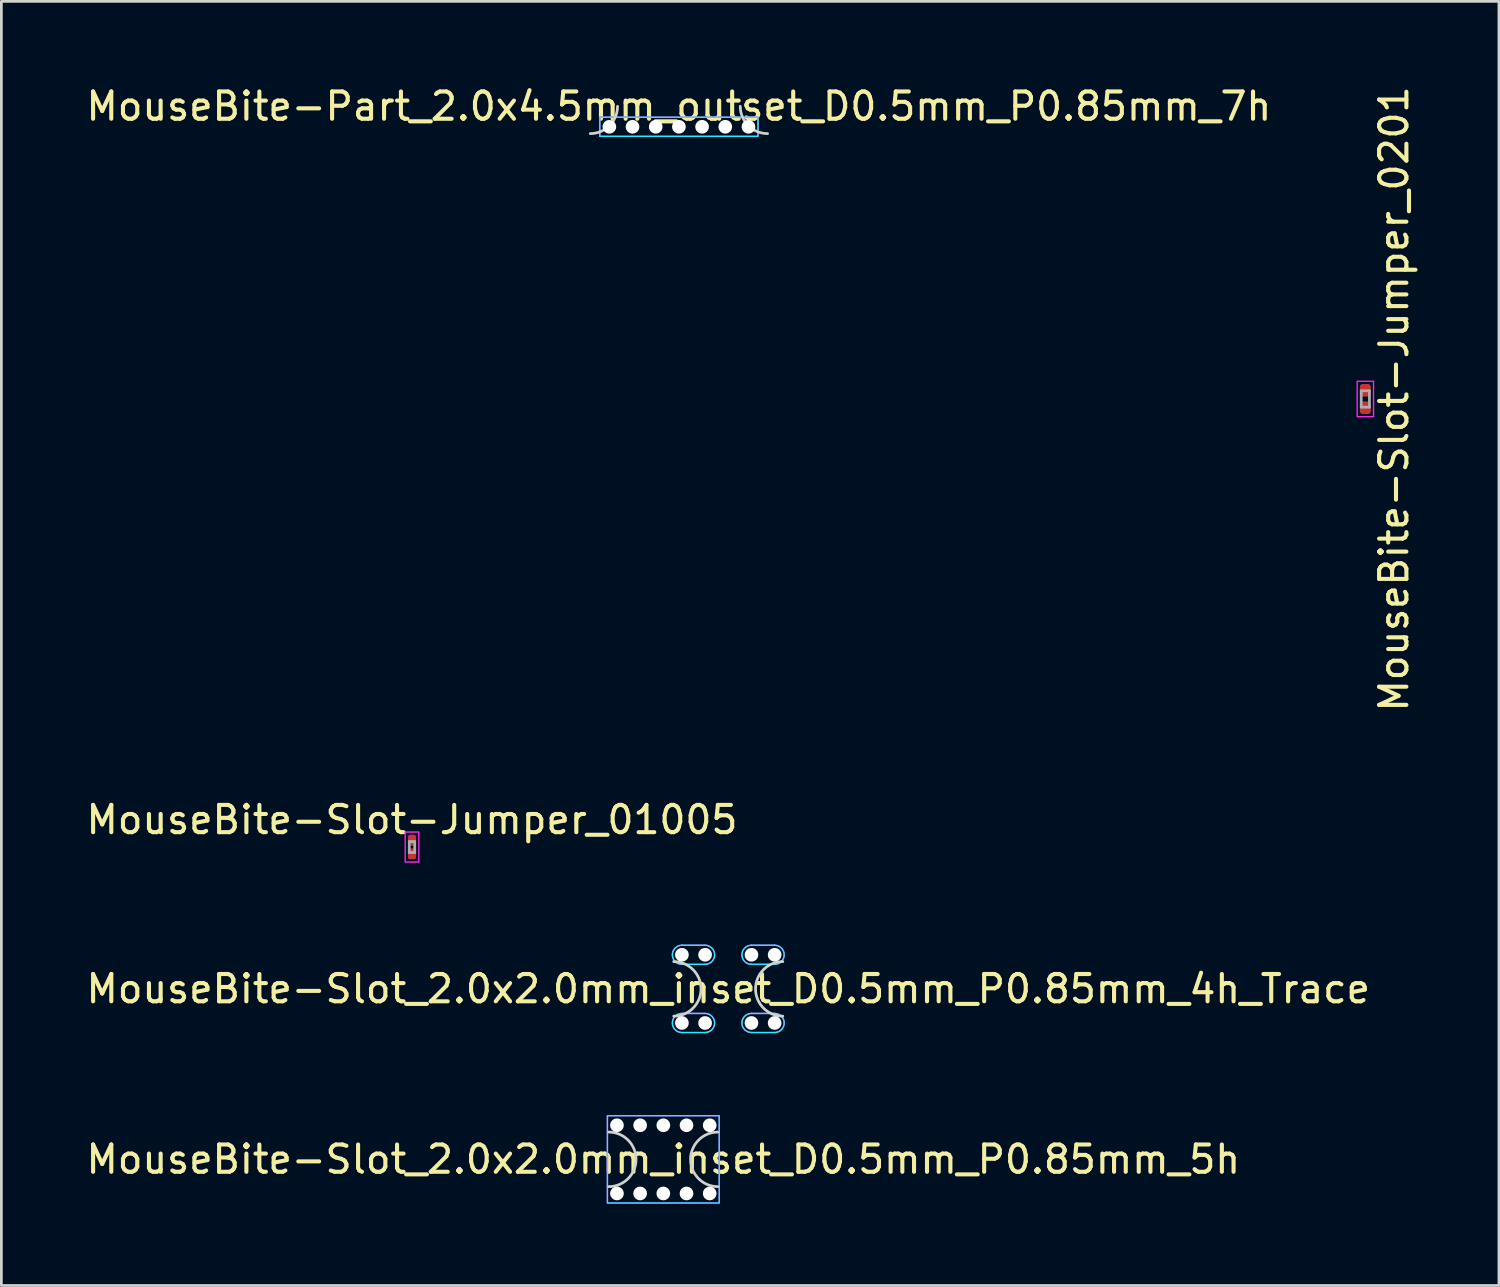
<source format=kicad_pcb>
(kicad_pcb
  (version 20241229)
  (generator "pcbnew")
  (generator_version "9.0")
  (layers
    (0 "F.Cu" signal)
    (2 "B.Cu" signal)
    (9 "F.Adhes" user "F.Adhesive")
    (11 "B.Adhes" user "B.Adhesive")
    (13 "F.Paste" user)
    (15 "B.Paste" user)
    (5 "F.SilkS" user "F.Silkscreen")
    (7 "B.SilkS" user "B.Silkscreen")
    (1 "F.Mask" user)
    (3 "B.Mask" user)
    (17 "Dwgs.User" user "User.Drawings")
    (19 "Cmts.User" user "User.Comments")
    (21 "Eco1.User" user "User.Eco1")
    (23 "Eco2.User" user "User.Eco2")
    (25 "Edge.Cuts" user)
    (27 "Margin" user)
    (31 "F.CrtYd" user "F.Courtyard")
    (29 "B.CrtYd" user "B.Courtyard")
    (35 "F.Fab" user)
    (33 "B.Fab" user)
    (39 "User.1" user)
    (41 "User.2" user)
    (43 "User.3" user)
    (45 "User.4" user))
  (footprint "MouseBite-Slot-Jumper_0201"
    (layer "F.Cu")
    (at 47.004 11.577)
    (property "Reference" "MouseBite-Slot-Jumper_0201" (at 1.05 0 270) (layer "F.SilkS") (effects (font (size 1 1) (thickness 0.15))))
    (attr smd board_only exclude_from_pos_files exclude_from_bom dnp)
    (fp_rect (start -0.3 -0.65) (end 0.3 0.65) (stroke (width 0.05) (type solid)) (fill no) (layer "F.CrtYd"))
    (fp_line (start -0.15 -0.3) (end 0.15 -0.3) (stroke (width 0.1) (type solid)) (layer "F.Fab"))
    (fp_line (start -0.15 0.3) (end -0.15 -0.3) (stroke (width 0.1) (type solid)) (layer "F.Fab"))
    (fp_line (start 0.15 -0.3) (end 0.15 0.3) (stroke (width 0.1) (type solid)) (layer "F.Fab"))
    (fp_line (start 0.15 0.3) (end -0.15 0.3) (stroke (width 0.1) (type solid)) (layer "F.Fab"))
    (pad "1" smd roundrect (at 0 -0.32) (size 0.4 0.46) (layers "F.Cu" "F.Mask") (roundrect_rratio 0.25))
    (pad "2" smd roundrect (at 0 0.32) (size 0.4 0.46) (layers "F.Cu" "F.Mask") (roundrect_rratio 0.25)))
  (footprint "MouseBite-Part_2.0x4.5mm_outset_D0.5mm_P0.85mm_7h"
    (layer "F.Cu")
    (at 21.839 1.848)
    (property "Reference" "MouseBite-Part_2.0x4.5mm_outset_D0.5mm_P0.85mm_7h" (at 0 -1 0) (layer "F.SilkS") (effects (font (size 1 1) (thickness 0.15))))
    (attr board_only exclude_from_pos_files exclude_from_bom dnp)
    (fp_arc (start -2.25 -1) (mid -2.542893 -0.292893) (end -3.25 0) (stroke (width 0.1) (type solid)) (layer "Edge.Cuts"))
    (fp_arc (start 3.25 0) (mid 2.542893 -0.292893) (end 2.25 -1) (stroke (width 0.1) (type solid)) (layer "Edge.Cuts"))
    (fp_rect (start -2.9 -0.6) (end 2.9 0.1) (stroke (width 0.05) (type solid)) (fill no) (layer "B.CrtYd"))
    (fp_rect (start -2.9 -0.6) (end 2.9 0.1) (stroke (width 0.05) (type solid)) (fill no) (layer "F.CrtYd"))
    (pad "" np_thru_hole circle (at -2.55 -0.25 180) (size 0.5 0.5) (drill 0.5) (layers "*.Cu" "*.Mask"))
    (pad "" np_thru_hole circle (at -1.7 -0.25 180) (size 0.5 0.5) (drill 0.5) (layers "*.Cu" "*.Mask"))
    (pad "" np_thru_hole circle (at -0.85 -0.25 180) (size 0.5 0.5) (drill 0.5) (layers "*.Cu" "*.Mask"))
    (pad "" np_thru_hole circle (at 0 -0.25 180) (size 0.5 0.5) (drill 0.5) (layers "*.Cu" "*.Mask"))
    (pad "" np_thru_hole circle (at 0.85 -0.25 180) (size 0.5 0.5) (drill 0.5) (layers "*.Cu" "*.Mask"))
    (pad "" np_thru_hole circle (at 1.7 -0.25 180) (size 0.5 0.5) (drill 0.5) (layers "*.Cu" "*.Mask"))
    (pad "" np_thru_hole circle (at 2.55 -0.25 180) (size 0.5 0.5) (drill 0.5) (layers "*.Cu" "*.Mask")))
  (footprint "MouseBite-Slot-Jumper_01005"
    (layer "F.Cu")
    (at 12.054 28.003)
    (property "Reference" "MouseBite-Slot-Jumper_01005" (at 0 -1 0) (layer "F.SilkS") (effects (font (size 1 1) (thickness 0.15))))
    (attr smd board_only exclude_from_pos_files exclude_from_bom dnp)
    (fp_rect (start -0.25 -0.55) (end 0.25 0.55) (stroke (width 0.05) (type solid)) (fill no) (layer "F.CrtYd"))
    (fp_line (start -0.1 -0.2) (end 0.1 -0.2) (stroke (width 0.1) (type solid)) (layer "F.Fab"))
    (fp_line (start -0.1 0.2) (end -0.1 -0.2) (stroke (width 0.1) (type solid)) (layer "F.Fab"))
    (fp_line (start 0.1 -0.2) (end 0.1 0.2) (stroke (width 0.1) (type solid)) (layer "F.Fab"))
    (fp_line (start 0.1 0.2) (end -0.1 0.2) (stroke (width 0.1) (type solid)) (layer "F.Fab"))
    (pad "1" smd roundrect (at 0 -0.25) (size 0.3 0.4) (layers "F.Cu" "F.Mask") (roundrect_rratio 0.25))
    (pad "2" smd roundrect (at 0 0.25) (size 0.3 0.4) (layers "F.Cu" "F.Mask") (roundrect_rratio 0.25)))
  (footprint "MouseBite-Slot_2.0x2.0mm_inset_D0.5mm_P0.85mm_5h"
    (layer "F.Cu")
    (at 21.268 40.453)
    (property "Reference" "MouseBite-Slot_2.0x2.0mm_inset_D0.5mm_P0.85mm_5h" (at 0 -1 0) (layer "F.SilkS") (effects (font (size 1 1) (thickness 0.15))))
    (attr board_only exclude_from_pos_files exclude_from_bom dnp)
    (fp_arc (start -2 -2) (mid -1 -1) (end -2 0) (stroke (width 0.1) (type solid)) (layer "Edge.Cuts"))
    (fp_arc (start 2 0) (mid 1 -1) (end 2 -2) (stroke (width 0.1) (type solid)) (layer "Edge.Cuts"))
    (fp_rect (start -2.05 -2.6) (end 2.05 0.6) (stroke (width 0.05) (type solid)) (fill no) (layer "B.CrtYd"))
    (fp_rect (start -2.05 -2.6) (end 2.05 0.6) (stroke (width 0.05) (type solid)) (fill no) (layer "F.CrtYd"))
    (pad "" np_thru_hole circle (at -1.7 -2.25) (size 0.5 0.5) (drill 0.5) (layers "*.Cu" "*.Mask"))
    (pad "" np_thru_hole circle (at -1.7 0.25 180) (size 0.5 0.5) (drill 0.5) (layers "*.Cu" "*.Mask"))
    (pad "" np_thru_hole circle (at -0.85 -2.25) (size 0.5 0.5) (drill 0.5) (layers "*.Cu" "*.Mask"))
    (pad "" np_thru_hole circle (at -0.85 0.25 180) (size 0.5 0.5) (drill 0.5) (layers "*.Cu" "*.Mask"))
    (pad "" np_thru_hole circle (at 0 -2.25) (size 0.5 0.5) (drill 0.5) (layers "*.Cu" "*.Mask"))
    (pad "" np_thru_hole circle (at 0 0.25 180) (size 0.5 0.5) (drill 0.5) (layers "*.Cu" "*.Mask"))
    (pad "" np_thru_hole circle (at 0.85 -2.25) (size 0.5 0.5) (drill 0.5) (layers "*.Cu" "*.Mask"))
    (pad "" np_thru_hole circle (at 0.85 0.25 180) (size 0.5 0.5) (drill 0.5) (layers "*.Cu" "*.Mask"))
    (pad "" np_thru_hole circle (at 1.7 -2.25) (size 0.5 0.5) (drill 0.5) (layers "*.Cu" "*.Mask"))
    (pad "" np_thru_hole circle (at 1.7 0.25 180) (size 0.5 0.5) (drill 0.5) (layers "*.Cu" "*.Mask")))
  (footprint "MouseBite-Slot_2.0x2.0mm_inset_D0.5mm_P0.85mm_4h_Trace"
    (layer "F.Cu")
    (at 23.649 34.203)
    (property "Reference" "MouseBite-Slot_2.0x2.0mm_inset_D0.5mm_P0.85mm_4h_Trace" (at 0 -1 0) (layer "F.SilkS") (effects (font (size 1 1) (thickness 0.15))))
    (attr board_only exclude_from_pos_files exclude_from_bom dnp)
    (fp_arc (start -2 -2) (mid -1 -1) (end -2 0) (stroke (width 0.1) (type solid)) (layer "Edge.Cuts"))
    (fp_arc (start 2 0) (mid 1 -1) (end 2 -2) (stroke (width 0.1) (type solid)) (layer "Edge.Cuts"))
    (fp_line (start -1.7 -1.9) (end -0.85 -1.9) (stroke (width 0.05) (type solid)) (layer "B.CrtYd"))
    (fp_line (start -1.7 0.6) (end -0.85 0.6) (stroke (width 0.05) (type solid)) (layer "B.CrtYd"))
    (fp_line (start -0.85 -2.6) (end -1.7 -2.6) (stroke (width 0.05) (type solid)) (layer "B.CrtYd"))
    (fp_line (start -0.85 -0.1) (end -1.7 -0.1) (stroke (width 0.05) (type solid)) (layer "B.CrtYd"))
    (fp_line (start 0.85 -1.9) (end 1.7 -1.9) (stroke (width 0.05) (type solid)) (layer "B.CrtYd"))
    (fp_line (start 0.85 0.6) (end 1.7 0.6) (stroke (width 0.05) (type solid)) (layer "B.CrtYd"))
    (fp_line (start 1.7 -2.6) (end 0.85 -2.6) (stroke (width 0.05) (type solid)) (layer "B.CrtYd"))
    (fp_line (start 1.7 -0.1) (end 0.85 -0.1) (stroke (width 0.05) (type solid)) (layer "B.CrtYd"))
    (fp_arc (start -1.7 -1.9) (mid -2.05 -2.25) (end -1.7 -2.6) (stroke (width 0.05) (type solid)) (layer "B.CrtYd"))
    (fp_arc (start -1.7 0.6) (mid -2.05 0.25) (end -1.7 -0.1) (stroke (width 0.05) (type solid)) (layer "B.CrtYd"))
    (fp_arc (start -0.85 -2.6) (mid -0.5 -2.25) (end -0.85 -1.9) (stroke (width 0.05) (type solid)) (layer "B.CrtYd"))
    (fp_arc (start -0.85 -0.1) (mid -0.5 0.25) (end -0.85 0.6) (stroke (width 0.05) (type solid)) (layer "B.CrtYd"))
    (fp_arc (start 0.85 -1.9) (mid 0.5 -2.25) (end 0.85 -2.6) (stroke (width 0.05) (type solid)) (layer "B.CrtYd"))
    (fp_arc (start 0.85 0.6) (mid 0.5 0.25) (end 0.85 -0.1) (stroke (width 0.05) (type solid)) (layer "B.CrtYd"))
    (fp_arc (start 1.7 -2.6) (mid 2.05 -2.25) (end 1.7 -1.9) (stroke (width 0.05) (type solid)) (layer "B.CrtYd"))
    (fp_arc (start 1.7 -0.1) (mid 2.05 0.25) (end 1.7 0.6) (stroke (width 0.05) (type solid)) (layer "B.CrtYd"))
    (fp_line (start -1.7 -1.9) (end -0.85 -1.9) (stroke (width 0.05) (type solid)) (layer "F.CrtYd"))
    (fp_line (start -1.7 0.6) (end -0.85 0.6) (stroke (width 0.05) (type solid)) (layer "F.CrtYd"))
    (fp_line (start -0.85 -2.6) (end -1.7 -2.6) (stroke (width 0.05) (type solid)) (layer "F.CrtYd"))
    (fp_line (start -0.85 -0.1) (end -1.7 -0.1) (stroke (width 0.05) (type solid)) (layer "F.CrtYd"))
    (fp_line (start 0.85 -1.9) (end 1.7 -1.9) (stroke (width 0.05) (type solid)) (layer "F.CrtYd"))
    (fp_line (start 0.85 0.6) (end 1.7 0.6) (stroke (width 0.05) (type solid)) (layer "F.CrtYd"))
    (fp_line (start 1.7 -2.6) (end 0.85 -2.6) (stroke (width 0.05) (type solid)) (layer "F.CrtYd"))
    (fp_line (start 1.7 -0.1) (end 0.85 -0.1) (stroke (width 0.05) (type solid)) (layer "F.CrtYd"))
    (fp_arc (start -1.7 -1.9) (mid -2.05 -2.25) (end -1.7 -2.6) (stroke (width 0.05) (type solid)) (layer "F.CrtYd"))
    (fp_arc (start -1.7 0.6) (mid -2.05 0.25) (end -1.7 -0.1) (stroke (width 0.05) (type solid)) (layer "F.CrtYd"))
    (fp_arc (start -0.85 -2.6) (mid -0.5 -2.25) (end -0.85 -1.9) (stroke (width 0.05) (type solid)) (layer "F.CrtYd"))
    (fp_arc (start -0.85 -0.1) (mid -0.5 0.25) (end -0.85 0.6) (stroke (width 0.05) (type solid)) (layer "F.CrtYd"))
    (fp_arc (start 0.85 -1.9) (mid 0.5 -2.25) (end 0.85 -2.6) (stroke (width 0.05) (type solid)) (layer "F.CrtYd"))
    (fp_arc (start 0.85 0.6) (mid 0.5 0.25) (end 0.85 -0.1) (stroke (width 0.05) (type solid)) (layer "F.CrtYd"))
    (fp_arc (start 1.7 -2.6) (mid 2.05 -2.25) (end 1.7 -1.9) (stroke (width 0.05) (type solid)) (layer "F.CrtYd"))
    (fp_arc (start 1.7 -0.1) (mid 2.05 0.25) (end 1.7 0.6) (stroke (width 0.05) (type solid)) (layer "F.CrtYd"))
    (pad "" np_thru_hole circle (at -1.7 -2.25) (size 0.5 0.5) (drill 0.5) (layers "*.Cu" "*.Mask"))
    (pad "" np_thru_hole circle (at -1.7 0.25 180) (size 0.5 0.5) (drill 0.5) (layers "*.Cu" "*.Mask"))
    (pad "" np_thru_hole circle (at -0.85 -2.25) (size 0.5 0.5) (drill 0.5) (layers "*.Cu" "*.Mask"))
    (pad "" np_thru_hole circle (at -0.85 0.25 180) (size 0.5 0.5) (drill 0.5) (layers "*.Cu" "*.Mask"))
    (pad "" np_thru_hole circle (at 0.85 -2.25) (size 0.5 0.5) (drill 0.5) (layers "*.Cu" "*.Mask"))
    (pad "" np_thru_hole circle (at 0.85 0.25 180) (size 0.5 0.5) (drill 0.5) (layers "*.Cu" "*.Mask"))
    (pad "" np_thru_hole circle (at 1.7 -2.25) (size 0.5 0.5) (drill 0.5) (layers "*.Cu" "*.Mask"))
    (pad "" np_thru_hole circle (at 1.7 0.25 180) (size 0.5 0.5) (drill 0.5) (layers "*.Cu" "*.Mask")))
  (gr_rect
    (start -3 -3)
    (end 51.902 44.078)
    (stroke (width 0.1) (type default))
    (fill no)
    (layer "Edge.Cuts")))
</source>
